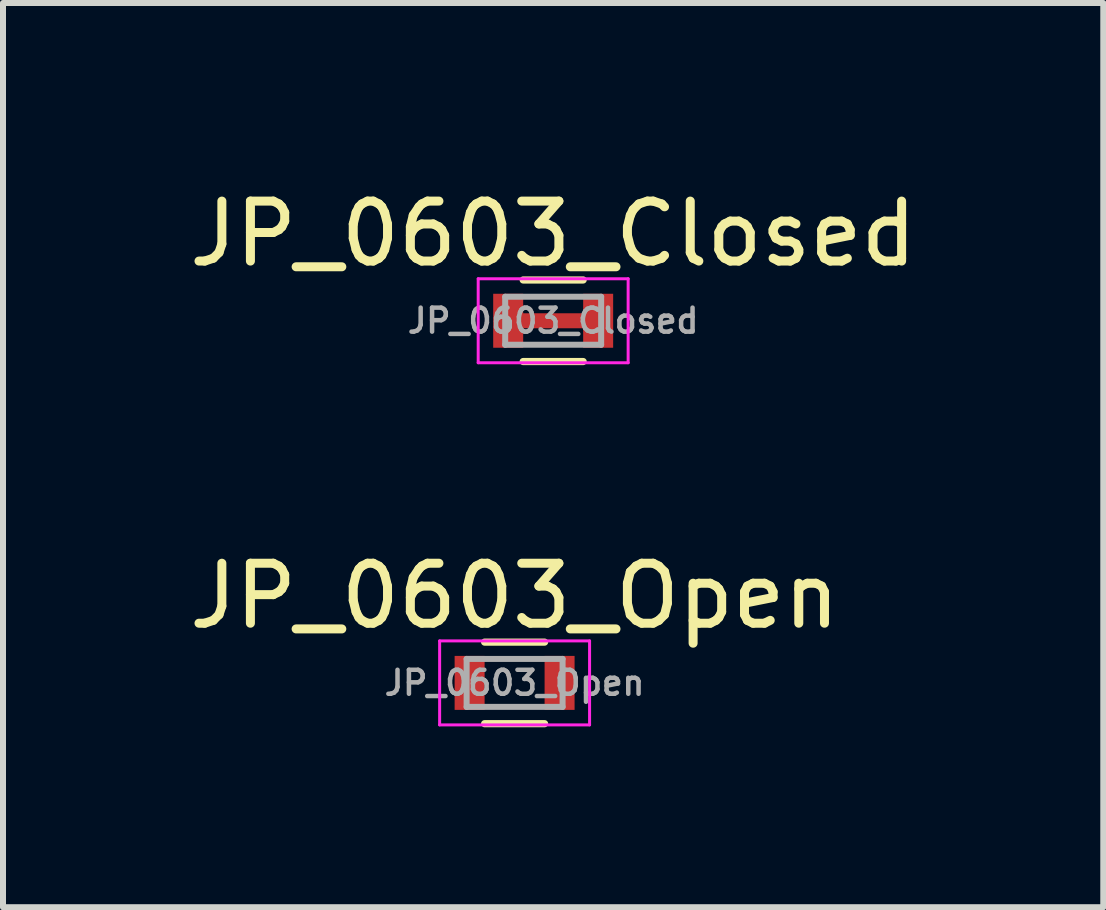
<source format=kicad_pcb>
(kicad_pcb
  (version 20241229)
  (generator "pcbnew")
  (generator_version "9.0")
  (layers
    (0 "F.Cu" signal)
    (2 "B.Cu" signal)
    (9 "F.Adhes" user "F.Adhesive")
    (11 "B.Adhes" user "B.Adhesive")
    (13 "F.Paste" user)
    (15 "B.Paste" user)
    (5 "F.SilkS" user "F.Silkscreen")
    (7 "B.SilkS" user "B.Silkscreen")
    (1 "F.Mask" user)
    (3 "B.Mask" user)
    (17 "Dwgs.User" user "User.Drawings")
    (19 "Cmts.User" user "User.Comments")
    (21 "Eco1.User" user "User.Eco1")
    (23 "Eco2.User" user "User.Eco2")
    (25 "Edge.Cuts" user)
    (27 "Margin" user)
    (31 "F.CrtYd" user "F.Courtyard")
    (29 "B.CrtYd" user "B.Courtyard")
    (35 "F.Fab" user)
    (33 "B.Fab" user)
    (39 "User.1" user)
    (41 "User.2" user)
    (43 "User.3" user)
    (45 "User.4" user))
  (footprint "JP_0603_Closed"
    (layer "F.Cu")
    (at 6.173 2.298)
    (property "Reference" "JP_0603_Closed" (at 0 -1.45 0) (layer "F.SilkS") (effects (font (size 1 1) (thickness 0.15))))
    (attr smd)
    (fp_line (start -0.762 0) (end 0.762 0) (stroke (width 0.25) (type solid)) (layer "F.Cu"))
    (fp_line (start -0.5 0) (end 0.5 0) (stroke (width 0.9) (type solid)) (layer "F.Mask"))
    (fp_line (start -0.5 -0.68) (end 0.5 -0.68) (stroke (width 0.12) (type solid)) (layer "F.SilkS"))
    (fp_line (start 0.5 0.68) (end -0.5 0.68) (stroke (width 0.12) (type solid)) (layer "F.SilkS"))
    (fp_line (start -1.25 -0.7) (end -1.25 0.7) (stroke (width 0.05) (type solid)) (layer "F.CrtYd"))
    (fp_line (start -1.25 -0.7) (end 1.25 -0.7) (stroke (width 0.05) (type solid)) (layer "F.CrtYd"))
    (fp_line (start 1.25 0.7) (end -1.25 0.7) (stroke (width 0.05) (type solid)) (layer "F.CrtYd"))
    (fp_line (start 1.25 0.7) (end 1.25 -0.7) (stroke (width 0.05) (type solid)) (layer "F.CrtYd"))
    (fp_line (start -0.8 -0.4) (end 0.8 -0.4) (stroke (width 0.1) (type solid)) (layer "F.Fab"))
    (fp_line (start -0.8 0.4) (end -0.8 -0.4) (stroke (width 0.1) (type solid)) (layer "F.Fab"))
    (fp_line (start 0.8 -0.4) (end 0.8 0.4) (stroke (width 0.1) (type solid)) (layer "F.Fab"))
    (fp_line (start 0.8 0.4) (end -0.8 0.4) (stroke (width 0.1) (type solid)) (layer "F.Fab"))
    (fp_text user "${REFERENCE}" (at 0 0 0) (layer "F.Fab") (effects (font (size 0.4 0.4) (thickness 0.075))))
    (pad "1" smd rect (at -0.75 0) (size 0.5 0.9) (layers "F.Cu" "F.Mask" "F.Paste"))
    (pad "2" smd rect (at 0.75 0) (size 0.5 0.9) (layers "F.Cu" "F.Mask" "F.Paste")))
  (footprint "JP_0603_Open"
    (layer "F.Cu")
    (at 5.53 8.336)
    (property "Reference" "JP_0603_Open" (at 0 -1.45 0) (layer "F.SilkS") (effects (font (size 1 1) (thickness 0.15))))
    (attr smd)
    (fp_line (start -0.5 0) (end 0.5 0) (stroke (width 0.9) (type solid)) (layer "F.Mask"))
    (fp_line (start -0.5 -0.68) (end 0.5 -0.68) (stroke (width 0.12) (type solid)) (layer "F.SilkS"))
    (fp_line (start 0.5 0.68) (end -0.5 0.68) (stroke (width 0.12) (type solid)) (layer "F.SilkS"))
    (fp_line (start -1.25 -0.7) (end -1.25 0.7) (stroke (width 0.05) (type solid)) (layer "F.CrtYd"))
    (fp_line (start -1.25 -0.7) (end 1.25 -0.7) (stroke (width 0.05) (type solid)) (layer "F.CrtYd"))
    (fp_line (start 1.25 0.7) (end -1.25 0.7) (stroke (width 0.05) (type solid)) (layer "F.CrtYd"))
    (fp_line (start 1.25 0.7) (end 1.25 -0.7) (stroke (width 0.05) (type solid)) (layer "F.CrtYd"))
    (fp_line (start -0.8 -0.4) (end 0.8 -0.4) (stroke (width 0.1) (type solid)) (layer "F.Fab"))
    (fp_line (start -0.8 0.4) (end -0.8 -0.4) (stroke (width 0.1) (type solid)) (layer "F.Fab"))
    (fp_line (start 0.8 -0.4) (end 0.8 0.4) (stroke (width 0.1) (type solid)) (layer "F.Fab"))
    (fp_line (start 0.8 0.4) (end -0.8 0.4) (stroke (width 0.1) (type solid)) (layer "F.Fab"))
    (fp_text user "${REFERENCE}" (at 0 0 0) (layer "F.Fab") (effects (font (size 0.4 0.4) (thickness 0.075))))
    (pad "1" smd rect (at -0.75 0) (size 0.5 0.9) (layers "F.Cu" "F.Mask" "F.Paste"))
    (pad "2" smd rect (at 0.75 0) (size 0.5 0.9) (layers "F.Cu" "F.Mask" "F.Paste")))
  (gr_rect
    (start -3 -3)
    (end 15.345 12.076)
    (stroke (width 0.1) (type default))
    (fill no)
    (layer "Edge.Cuts")))
</source>
